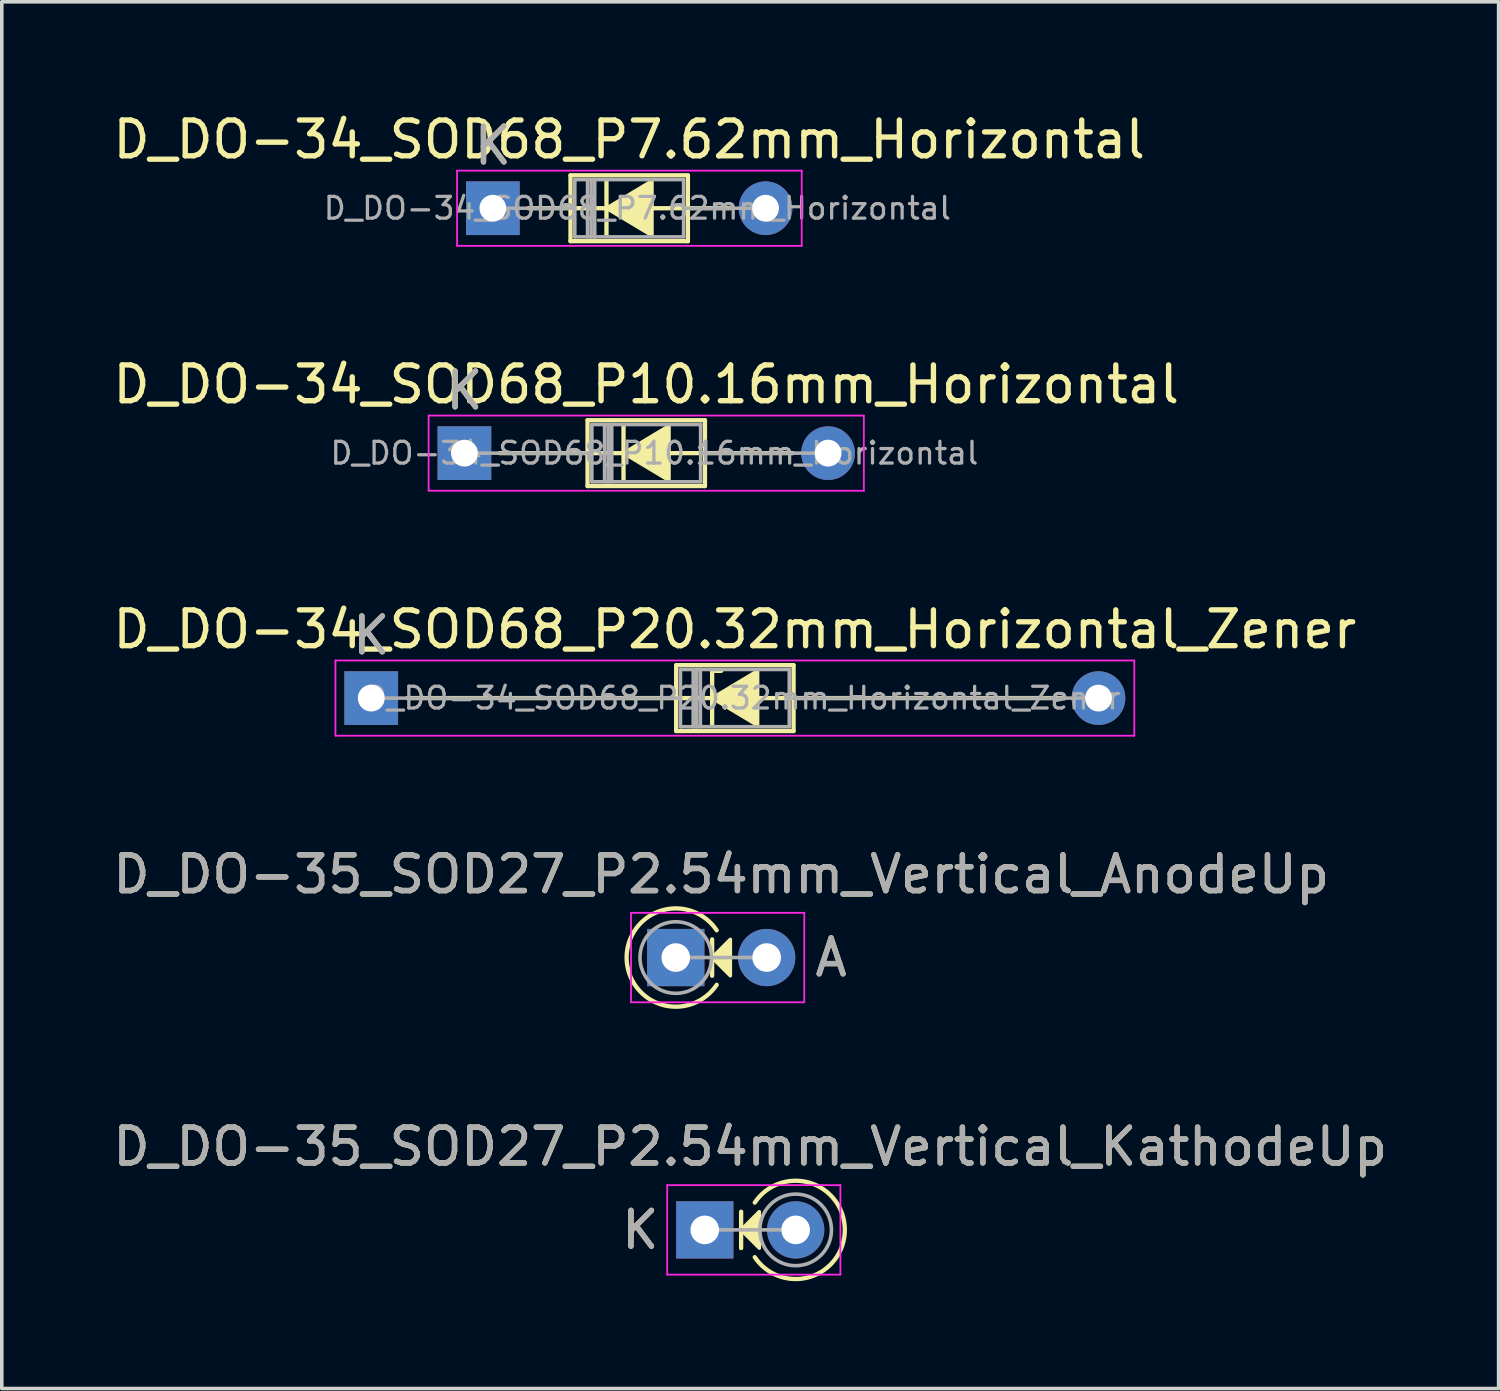
<source format=kicad_pcb>
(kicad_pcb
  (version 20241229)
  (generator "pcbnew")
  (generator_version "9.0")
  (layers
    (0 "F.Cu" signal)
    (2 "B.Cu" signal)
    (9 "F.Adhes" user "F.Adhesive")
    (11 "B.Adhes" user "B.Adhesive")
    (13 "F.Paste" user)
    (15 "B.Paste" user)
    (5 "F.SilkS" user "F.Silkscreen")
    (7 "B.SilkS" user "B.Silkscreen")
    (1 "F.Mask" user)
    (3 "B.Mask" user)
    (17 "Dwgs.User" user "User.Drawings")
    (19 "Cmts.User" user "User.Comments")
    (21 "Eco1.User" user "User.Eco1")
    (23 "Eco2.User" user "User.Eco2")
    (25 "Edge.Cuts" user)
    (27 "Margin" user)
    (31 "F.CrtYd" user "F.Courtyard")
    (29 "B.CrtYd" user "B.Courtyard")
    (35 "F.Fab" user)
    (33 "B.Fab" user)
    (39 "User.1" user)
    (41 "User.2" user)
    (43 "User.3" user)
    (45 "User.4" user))
  (footprint "D_DO-34_SOD68_P20.32mm_Horizontal_Zener"
    (layer "F.Cu")
    (at 7.322 16.455)
    (property "Reference" "D_DO-34_SOD68_P20.32mm_Horizontal_Zener" (at 10.16 -1.92 0) (layer "F.SilkS") (effects (font (size 1 1) (thickness 0.15))))
    (attr through_hole)
    (fp_line (start 1.016 0) (end 8.52 0) (stroke (width 0.12) (type solid)) (layer "F.SilkS"))
    (fp_line (start 8.52 -0.92) (end 8.52 0.92) (stroke (width 0.12) (type solid)) (layer "F.SilkS"))
    (fp_line (start 8.52 0.92) (end 11.8 0.92) (stroke (width 0.12) (type solid)) (layer "F.SilkS"))
    (fp_line (start 9.525 -0.762) (end 9.525 0.762) (stroke (width 0.12) (type solid)) (layer "F.SilkS"))
    (fp_line (start 9.525 -0.762) (end 9.779 -0.762) (stroke (width 0.12) (type solid)) (layer "F.SilkS"))
    (fp_line (start 9.61 0) (end 8.509 0) (stroke (width 0.12) (type solid)) (layer "F.SilkS"))
    (fp_line (start 10.795 0) (end 11.811 0) (stroke (width 0.12) (type solid)) (layer "F.SilkS"))
    (fp_line (start 11.8 -0.92) (end 8.52 -0.92) (stroke (width 0.12) (type solid)) (layer "F.SilkS"))
    (fp_line (start 11.8 0.92) (end 11.8 -0.92) (stroke (width 0.12) (type solid)) (layer "F.SilkS"))
    (fp_line (start 19.304 0) (end 11.8 0) (stroke (width 0.12) (type solid)) (layer "F.SilkS"))
    (fp_poly (pts (xy 10.795 0.762) (xy 9.525 0) (xy 10.795 -0.762)) (stroke (width 0.1) (type solid)) (fill yes) (layer "F.SilkS"))
    (fp_line (start -1 -1.05) (end -1 1.05) (stroke (width 0.05) (type solid)) (layer "F.CrtYd"))
    (fp_line (start -1 1.05) (end 21.32 1.05) (stroke (width 0.05) (type solid)) (layer "F.CrtYd"))
    (fp_line (start 21.32 -1.05) (end -1 -1.05) (stroke (width 0.05) (type solid)) (layer "F.CrtYd"))
    (fp_line (start 21.32 1.05) (end 21.32 -1.05) (stroke (width 0.05) (type solid)) (layer "F.CrtYd"))
    (fp_line (start 0 0) (end 8.64 0) (stroke (width 0.1) (type solid)) (layer "F.Fab"))
    (fp_line (start 8.64 -0.8) (end 8.64 0.8) (stroke (width 0.1) (type solid)) (layer "F.Fab"))
    (fp_line (start 8.64 0.8) (end 11.68 0.8) (stroke (width 0.1) (type solid)) (layer "F.Fab"))
    (fp_line (start 8.996 -0.8) (end 8.996 0.8) (stroke (width 0.1) (type solid)) (layer "F.Fab"))
    (fp_line (start 9.096 -0.8) (end 9.096 0.8) (stroke (width 0.1) (type solid)) (layer "F.Fab"))
    (fp_line (start 9.196 -0.8) (end 9.196 0.8) (stroke (width 0.1) (type solid)) (layer "F.Fab"))
    (fp_line (start 11.68 -0.8) (end 8.64 -0.8) (stroke (width 0.1) (type solid)) (layer "F.Fab"))
    (fp_line (start 11.68 0.8) (end 11.68 -0.8) (stroke (width 0.1) (type solid)) (layer "F.Fab"))
    (fp_line (start 20.32 0) (end 11.68 0) (stroke (width 0.1) (type solid)) (layer "F.Fab"))
    (fp_text user "K" (at 0 -1.75 0) (layer "F.SilkS") (effects (font (size 1 1) (thickness 0.15))))
    (fp_text user "K" (at 0 -1.75 0) (layer "F.Fab") (effects (font (size 1 1) (thickness 0.15))))
    (fp_text user "${REFERENCE}" (at 10.388 0 0) (layer "F.Fab") (effects (font (size 0.608 0.608) (thickness 0.091))))
    (pad "1" thru_hole rect (at 0 0) (size 1.5 1.5) (drill 0.75) (layers "*.Cu" "*.Mask"))
    (pad "2" thru_hole oval (at 20.32 0) (size 1.5 1.5) (drill 0.75) (layers "*.Cu" "*.Mask")))
  (footprint "D_DO-34_SOD68_P10.16mm_Horizontal"
    (layer "F.Cu")
    (at 9.926 9.611)
    (property "Reference" "D_DO-34_SOD68_P10.16mm_Horizontal" (at 5.08 -1.92 0) (layer "F.SilkS") (effects (font (size 1 1) (thickness 0.15))))
    (attr through_hole)
    (fp_line (start 0.99 0) (end 3.44 0) (stroke (width 0.12) (type solid)) (layer "F.SilkS"))
    (fp_line (start 3.44 -0.92) (end 3.44 0.92) (stroke (width 0.12) (type solid)) (layer "F.SilkS"))
    (fp_line (start 3.44 0.92) (end 6.72 0.92) (stroke (width 0.12) (type solid)) (layer "F.SilkS"))
    (fp_line (start 4.445 -0.762) (end 4.445 0.762) (stroke (width 0.12) (type solid)) (layer "F.SilkS"))
    (fp_line (start 4.5 0) (end 3.44 0) (stroke (width 0.12) (type solid)) (layer "F.SilkS"))
    (fp_line (start 5.715 0) (end 6.72 0) (stroke (width 0.12) (type solid)) (layer "F.SilkS"))
    (fp_line (start 6.72 -0.92) (end 3.44 -0.92) (stroke (width 0.12) (type solid)) (layer "F.SilkS"))
    (fp_line (start 6.72 0.92) (end 6.72 -0.92) (stroke (width 0.12) (type solid)) (layer "F.SilkS"))
    (fp_line (start 9.17 0) (end 6.72 0) (stroke (width 0.12) (type solid)) (layer "F.SilkS"))
    (fp_poly (pts (xy 5.715 0.762) (xy 4.445 0) (xy 5.715 -0.762)) (stroke (width 0.1) (type solid)) (fill yes) (layer "F.SilkS"))
    (fp_line (start -1 -1.05) (end -1 1.05) (stroke (width 0.05) (type solid)) (layer "F.CrtYd"))
    (fp_line (start -1 1.05) (end 11.16 1.05) (stroke (width 0.05) (type solid)) (layer "F.CrtYd"))
    (fp_line (start 11.16 -1.05) (end -1 -1.05) (stroke (width 0.05) (type solid)) (layer "F.CrtYd"))
    (fp_line (start 11.16 1.05) (end 11.16 -1.05) (stroke (width 0.05) (type solid)) (layer "F.CrtYd"))
    (fp_line (start 0 0) (end 3.56 0) (stroke (width 0.1) (type solid)) (layer "F.Fab"))
    (fp_line (start 3.56 -0.8) (end 3.56 0.8) (stroke (width 0.1) (type solid)) (layer "F.Fab"))
    (fp_line (start 3.56 0.8) (end 6.6 0.8) (stroke (width 0.1) (type solid)) (layer "F.Fab"))
    (fp_line (start 3.916 -0.8) (end 3.916 0.8) (stroke (width 0.1) (type solid)) (layer "F.Fab"))
    (fp_line (start 4.016 -0.8) (end 4.016 0.8) (stroke (width 0.1) (type solid)) (layer "F.Fab"))
    (fp_line (start 4.116 -0.8) (end 4.116 0.8) (stroke (width 0.1) (type solid)) (layer "F.Fab"))
    (fp_line (start 6.6 -0.8) (end 3.56 -0.8) (stroke (width 0.1) (type solid)) (layer "F.Fab"))
    (fp_line (start 6.6 0.8) (end 6.6 -0.8) (stroke (width 0.1) (type solid)) (layer "F.Fab"))
    (fp_line (start 10.16 0) (end 6.6 0) (stroke (width 0.1) (type solid)) (layer "F.Fab"))
    (fp_text user "K" (at 0 -1.75 0) (layer "F.SilkS") (effects (font (size 1 1) (thickness 0.15))))
    (fp_text user "${REFERENCE}" (at 5.308 0 0) (layer "F.Fab") (effects (font (size 0.608 0.608) (thickness 0.091))))
    (fp_text user "K" (at 0 -1.75 0) (layer "F.Fab") (effects (font (size 1 1) (thickness 0.15))))
    (pad "1" thru_hole rect (at 0 0) (size 1.5 1.5) (drill 0.75) (layers "*.Cu" "*.Mask"))
    (pad "2" thru_hole oval (at 10.16 0) (size 1.5 1.5) (drill 0.75) (layers "*.Cu" "*.Mask")))
  (footprint "D_DO-35_SOD27_P2.54mm_Vertical_AnodeUp"
    (layer "F.Cu")
    (at 15.831 23.704)
    (property "Reference" "D_DO-35_SOD27_P2.54mm_Vertical_AnodeUp" (at 1.27 -2.326 0) (layer "F.SilkS") (effects (font (size 1 1) (thickness 0.15))))
    (attr through_hole)
    (fp_line (start 1.016 -0.508) (end 1.016 0.508) (stroke (width 0.12) (type solid)) (layer "F.SilkS"))
    (fp_arc (start 1.142999 0.761999) (mid -1.373714 0) (end 1.142999 -0.761999) (stroke (width 0.12) (type solid)) (layer "F.SilkS"))
    (fp_poly (pts (xy 1.524 0.508) (xy 1.016 0) (xy 1.524 -0.508)) (stroke (width 0.1) (type solid)) (fill yes) (layer "F.SilkS"))
    (fp_line (start -1.25 -1.25) (end -1.25 1.25) (stroke (width 0.05) (type solid)) (layer "F.CrtYd"))
    (fp_line (start -1.25 1.25) (end 3.59 1.25) (stroke (width 0.05) (type solid)) (layer "F.CrtYd"))
    (fp_line (start 3.59 -1.25) (end -1.25 -1.25) (stroke (width 0.05) (type solid)) (layer "F.CrtYd"))
    (fp_line (start 3.59 1.25) (end 3.59 -1.25) (stroke (width 0.05) (type solid)) (layer "F.CrtYd"))
    (fp_line (start 0 0) (end 2.54 0) (stroke (width 0.1) (type solid)) (layer "F.Fab"))
    (fp_circle (center 0 0) (end 1 0) (stroke (width 0.1) (type solid)) (fill no) (layer "F.Fab"))
    (fp_text user "A" (at 4.34 0 0) (layer "F.SilkS") (effects (font (size 1 1) (thickness 0.15))))
    (fp_text user "A" (at 4.34 0 0) (layer "F.Fab") (effects (font (size 1 1) (thickness 0.15))))
    (fp_text user "${REFERENCE}" (at 1.27 -2.326 0) (layer "F.Fab") (effects (font (size 1 1) (thickness 0.15))))
    (pad "1" thru_hole rect (at 0 0) (size 1.6 1.6) (drill 0.8) (layers "*.Cu" "*.Mask"))
    (pad "2" thru_hole oval (at 2.54 0) (size 1.6 1.6) (drill 0.8) (layers "*.Cu" "*.Mask")))
  (footprint "D_DO-35_SOD27_P2.54mm_Vertical_KathodeUp"
    (layer "F.Cu")
    (at 16.641 31.313)
    (property "Reference" "D_DO-35_SOD27_P2.54mm_Vertical_KathodeUp" (at 1.27 -2.326 0) (layer "F.SilkS") (effects (font (size 1 1) (thickness 0.15))))
    (attr through_hole)
    (fp_line (start 1.016 -0.508) (end 1.016 0.508) (stroke (width 0.12) (type solid)) (layer "F.SilkS"))
    (fp_arc (start 1.397 -0.761998) (mid 3.913713 0.000001) (end 1.397 0.762) (stroke (width 0.12) (type solid)) (layer "F.SilkS"))
    (fp_poly (pts (xy 1.524 0.508) (xy 1.016 0) (xy 1.524 -0.508)) (stroke (width 0.1) (type solid)) (fill yes) (layer "F.SilkS"))
    (fp_line (start -1.05 -1.25) (end -1.05 1.25) (stroke (width 0.05) (type solid)) (layer "F.CrtYd"))
    (fp_line (start -1.05 1.25) (end 3.79 1.25) (stroke (width 0.05) (type solid)) (layer "F.CrtYd"))
    (fp_line (start 3.79 -1.25) (end -1.05 -1.25) (stroke (width 0.05) (type solid)) (layer "F.CrtYd"))
    (fp_line (start 3.79 1.25) (end 3.79 -1.25) (stroke (width 0.05) (type solid)) (layer "F.CrtYd"))
    (fp_line (start 0 0) (end 2.54 0) (stroke (width 0.1) (type solid)) (layer "F.Fab"))
    (fp_circle (center 2.54 0) (end 3.54 0) (stroke (width 0.1) (type solid)) (fill no) (layer "F.Fab"))
    (fp_text user "K" (at -1.8 0 0) (layer "F.SilkS") (effects (font (size 1 1) (thickness 0.15))))
    (fp_text user "K" (at -1.8 0 0) (layer "F.Fab") (effects (font (size 1 1) (thickness 0.15))))
    (fp_text user "${REFERENCE}" (at 1.27 -2.326 0) (layer "F.Fab") (effects (font (size 1 1) (thickness 0.15))))
    (pad "1" thru_hole rect (at 0 0) (size 1.6 1.6) (drill 0.8) (layers "*.Cu" "*.Mask"))
    (pad "2" thru_hole oval (at 2.54 0) (size 1.6 1.6) (drill 0.8) (layers "*.Cu" "*.Mask")))
  (footprint "D_DO-34_SOD68_P7.62mm_Horizontal"
    (layer "F.Cu")
    (at 10.72 2.768)
    (property "Reference" "D_DO-34_SOD68_P7.62mm_Horizontal" (at 3.81 -1.92 0) (layer "F.SilkS") (effects (font (size 1 1) (thickness 0.15))))
    (attr through_hole)
    (fp_line (start 0.99 0) (end 2.17 0) (stroke (width 0.12) (type solid)) (layer "F.SilkS"))
    (fp_line (start 2.17 -0.92) (end 2.17 0.92) (stroke (width 0.12) (type solid)) (layer "F.SilkS"))
    (fp_line (start 2.17 0.92) (end 5.45 0.92) (stroke (width 0.12) (type solid)) (layer "F.SilkS"))
    (fp_line (start 3.175 -0.762) (end 3.175 0.762) (stroke (width 0.12) (type solid)) (layer "F.SilkS"))
    (fp_line (start 3.2 0) (end 2.17 0) (stroke (width 0.12) (type solid)) (layer "F.SilkS"))
    (fp_line (start 4.445 0) (end 5.45 0) (stroke (width 0.12) (type solid)) (layer "F.SilkS"))
    (fp_line (start 5.45 -0.92) (end 2.17 -0.92) (stroke (width 0.12) (type solid)) (layer "F.SilkS"))
    (fp_line (start 5.45 0.92) (end 5.45 -0.92) (stroke (width 0.12) (type solid)) (layer "F.SilkS"))
    (fp_line (start 6.63 0) (end 5.45 0) (stroke (width 0.12) (type solid)) (layer "F.SilkS"))
    (fp_poly (pts (xy 4.445 0.762) (xy 3.175 0) (xy 4.445 -0.762)) (stroke (width 0.1) (type solid)) (fill yes) (layer "F.SilkS"))
    (fp_line (start -1 -1.05) (end -1 1.05) (stroke (width 0.05) (type solid)) (layer "F.CrtYd"))
    (fp_line (start -1 1.05) (end 8.63 1.05) (stroke (width 0.05) (type solid)) (layer "F.CrtYd"))
    (fp_line (start 8.63 -1.05) (end -1 -1.05) (stroke (width 0.05) (type solid)) (layer "F.CrtYd"))
    (fp_line (start 8.63 1.05) (end 8.63 -1.05) (stroke (width 0.05) (type solid)) (layer "F.CrtYd"))
    (fp_line (start 0 0) (end 2.29 0) (stroke (width 0.1) (type solid)) (layer "F.Fab"))
    (fp_line (start 2.29 -0.8) (end 2.29 0.8) (stroke (width 0.1) (type solid)) (layer "F.Fab"))
    (fp_line (start 2.29 0.8) (end 5.33 0.8) (stroke (width 0.1) (type solid)) (layer "F.Fab"))
    (fp_line (start 2.646 -0.8) (end 2.646 0.8) (stroke (width 0.1) (type solid)) (layer "F.Fab"))
    (fp_line (start 2.746 -0.8) (end 2.746 0.8) (stroke (width 0.1) (type solid)) (layer "F.Fab"))
    (fp_line (start 2.846 -0.8) (end 2.846 0.8) (stroke (width 0.1) (type solid)) (layer "F.Fab"))
    (fp_line (start 5.33 -0.8) (end 2.29 -0.8) (stroke (width 0.1) (type solid)) (layer "F.Fab"))
    (fp_line (start 5.33 0.8) (end 5.33 -0.8) (stroke (width 0.1) (type solid)) (layer "F.Fab"))
    (fp_line (start 7.62 0) (end 5.33 0) (stroke (width 0.1) (type solid)) (layer "F.Fab"))
    (fp_text user "K" (at 0 -1.75 0) (layer "F.SilkS") (effects (font (size 1 1) (thickness 0.15))))
    (fp_text user "K" (at 0 -1.75 0) (layer "F.Fab") (effects (font (size 1 1) (thickness 0.15))))
    (fp_text user "${REFERENCE}" (at 4.038 0 0) (layer "F.Fab") (effects (font (size 0.608 0.608) (thickness 0.091))))
    (pad "1" thru_hole rect (at 0 0) (size 1.5 1.5) (drill 0.75) (layers "*.Cu" "*.Mask"))
    (pad "2" thru_hole oval (at 7.62 0) (size 1.5 1.5) (drill 0.75) (layers "*.Cu" "*.Mask")))
  (gr_rect
    (start -3 -3)
    (end 38.821 35.746)
    (stroke (width 0.1) (type default))
    (fill no)
    (layer "Edge.Cuts")))
</source>
